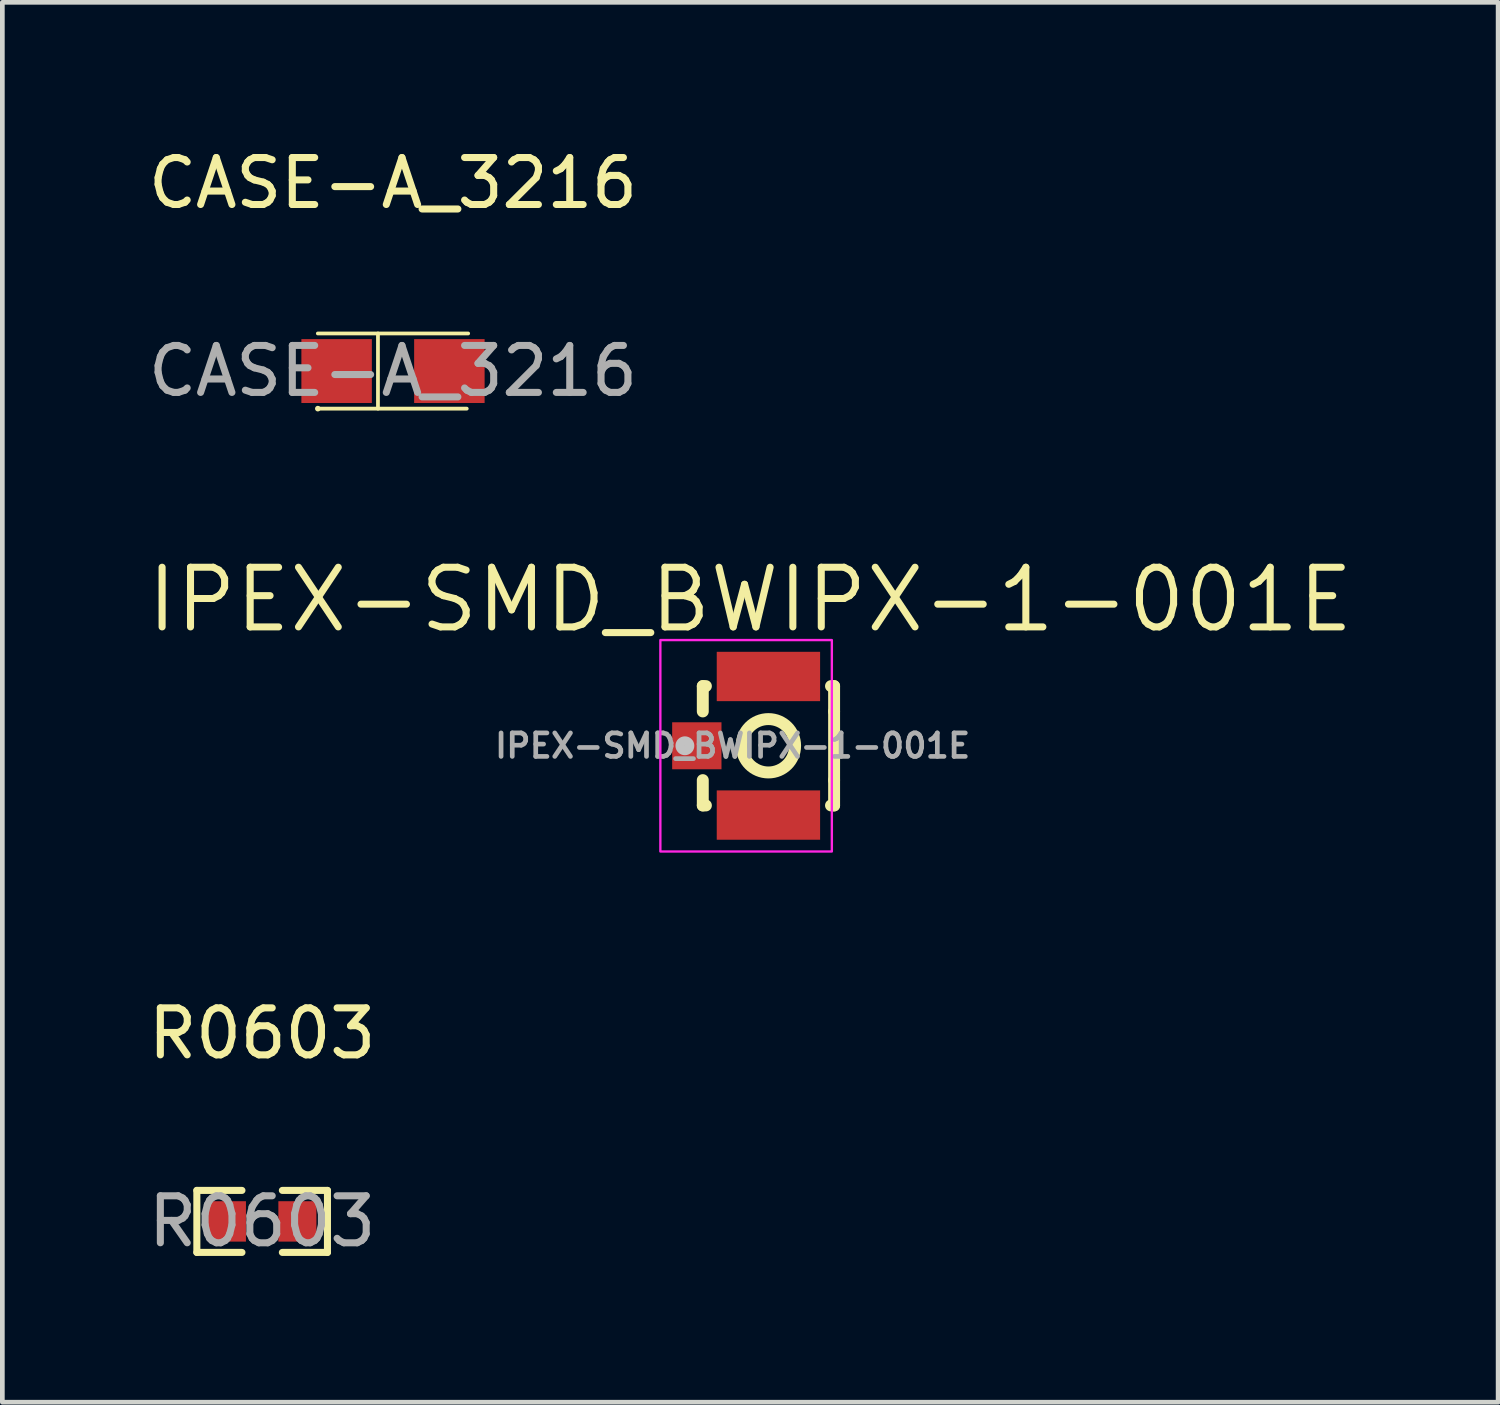
<source format=kicad_pcb>
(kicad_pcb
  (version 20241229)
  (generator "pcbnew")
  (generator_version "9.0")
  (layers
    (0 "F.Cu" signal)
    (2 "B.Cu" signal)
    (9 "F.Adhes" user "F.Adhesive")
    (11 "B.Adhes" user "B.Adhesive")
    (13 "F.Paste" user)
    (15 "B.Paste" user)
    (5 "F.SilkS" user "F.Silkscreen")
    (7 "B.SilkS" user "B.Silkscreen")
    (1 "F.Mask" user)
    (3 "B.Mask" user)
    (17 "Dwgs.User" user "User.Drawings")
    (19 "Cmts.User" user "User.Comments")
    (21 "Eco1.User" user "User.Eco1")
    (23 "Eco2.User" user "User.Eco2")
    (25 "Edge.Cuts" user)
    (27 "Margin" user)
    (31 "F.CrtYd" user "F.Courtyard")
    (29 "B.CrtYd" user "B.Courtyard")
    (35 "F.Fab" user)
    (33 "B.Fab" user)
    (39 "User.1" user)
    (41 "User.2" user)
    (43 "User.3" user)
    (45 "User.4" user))
  (footprint "CASE-A_3216"
    (layer "F.Cu")
    (at 5.315 4.848)
    (property "Reference" "CASE-A_3216" (at 0 -4 0) (layer "F.SilkS") (effects (font (size 1 1) (thickness 0.15))))
    (attr smd)
    (fp_line (start -1.6 -0.8) (end 1.6 -0.8) (stroke (width 0.08) (type solid)) (layer "F.SilkS"))
    (fp_line (start -1.58 0.8) (end 1.57 0.8) (stroke (width 0.08) (type solid)) (layer "F.SilkS"))
    (fp_line (start -0.32 0.8) (end -0.32 -0.8) (stroke (width 0.08) (type solid)) (layer "F.SilkS"))
    (fp_circle (center -1.6 0.8) (end -1.57 0.8) (stroke (width 0.06) (type solid)) (fill no) (layer "F.SilkS"))
    (fp_text user "${REFERENCE}" (at 0 0 0) (layer "F.Fab") (effects (font (size 1 1) (thickness 0.15))))
    (pad "1" smd rect (at -1.2 0) (size 1.5 1.36) (layers "F.Cu" "F.Mask" "F.Paste"))
    (pad "2" smd rect (at 1.2 0) (size 1.5 1.36) (layers "F.Cu" "F.Mask" "F.Paste")))
  (footprint "IPEX-SMD_BWIPX-1-001E"
    (layer "F.Cu")
    (at 12.544 12.824)
    (property "Reference" "IPEX-SMD_BWIPX-1-001E" (at 0.375 -3.11 0) (layer "F.SilkS") (effects (font (size 1.27 1.27) (thickness 0.15))))
    (fp_line (start -0.635 -1.27) (end -0.635 -0.731) (stroke (width 0.254) (type default)) (layer "F.SilkS"))
    (fp_line (start -0.635 0.731) (end -0.635 1.27) (stroke (width 0.254) (type default)) (layer "F.SilkS"))
    (fp_line (start -0.635 1.27) (end -0.569 1.27) (stroke (width 0.254) (type default)) (layer "F.SilkS"))
    (fp_line (start -0.569 -1.27) (end -0.635 -1.27) (stroke (width 0.254) (type default)) (layer "F.SilkS"))
    (fp_line (start 2.094 1.27) (end 2.16 1.27) (stroke (width 0.254) (type default)) (layer "F.SilkS"))
    (fp_line (start 2.16 -1.27) (end 2.094 -1.27) (stroke (width 0.254) (type default)) (layer "F.SilkS"))
    (fp_line (start 2.16 -0.731) (end 2.16 -1.27) (stroke (width 0.254) (type default)) (layer "F.SilkS"))
    (fp_line (start 2.16 -0.731) (end 2.16 0.731) (stroke (width 0.254) (type default)) (layer "F.SilkS"))
    (fp_line (start 2.16 1.27) (end 2.16 0.731) (stroke (width 0.254) (type default)) (layer "F.SilkS"))
    (fp_circle (center 0.762 0) (end 1.33 0) (stroke (width 0.254) (type default)) (fill no) (layer "F.SilkS"))
    (fp_circle (center -1.016 0) (end -0.915 0) (stroke (width 0.2) (type default)) (fill no) (layer "Dwgs.User"))
    (fp_rect (start -1.538 -2.25) (end 2.112 2.25) (stroke (width 0.05) (type default)) (fill no) (layer "F.CrtYd"))
    (fp_circle (center -0.787 1.5) (end -0.757 1.5) (stroke (width 0.06) (type default)) (fill no) (layer "User.5"))
    (fp_text user "${REFERENCE}" (at 0 0 0) (layer "F.Fab") (effects (font (size 0.5 0.5) (thickness 0.1))))
    (pad "1" smd rect (at -0.762 0 180) (size 1.05 1) (layers "F.Cu" "F.Mask" "F.Paste"))
    (pad "2" smd rect (at 0.762 1.475 180) (size 2.2 1.05) (layers "F.Cu" "F.Mask" "F.Paste"))
    (pad "3" smd rect (at 0.762 -1.475 180) (size 2.2 1.05) (layers "F.Cu" "F.Mask" "F.Paste"))
    (zone (net_name "") (layer "Dwgs.User") (hatch edge 0.5) (priority 100) (connect_pads yes) (min_thickness 0) (filled_areas_thickness no) (fill yes) (polygon (pts (arc (start 13.837254 12.82445) (mid 13.688464 13.18366) (end 13.329254 13.33245)) (arc (start 13.329254 13.33245) (mid 13.104936 13.27523) (end 12.929254 13.12445)) (xy 12.094 13.124) (xy 12.094 12.524) (arc (start 12.929254 12.52445) (mid 13.10491 12.37362) (end 13.329254 12.31645)) (arc (start 13.329254 12.31645) (mid 13.688464 12.46524) (end 13.837254 12.82445)))) (filled_polygon (layer "Dwgs.User") (island) (pts (arc (start 13.837254 12.82445) (mid 13.688464 13.18366) (end 13.329254 13.33245)) (arc (start 13.329254 13.33245) (mid 13.104936 13.27523) (end 12.929254 13.12445)) (xy 12.094 13.124) (xy 12.094 12.524) (arc (start 12.929254 12.52445) (mid 13.10491 12.37362) (end 13.329254 12.31645)) (arc (start 13.329254 12.31645) (mid 13.688464 12.46524) (end 13.837254 12.82445)))))
    (zone (net_name "") (layer "User.3") (hatch edge 0.5) (priority 100) (connect_pads yes) (min_thickness 0) (filled_areas_thickness no) (fill yes) (polygon (pts (xy 12.006 11.524) (xy 14.606 11.524) (xy 14.606 14.124) (xy 12.006 14.124))) (filled_polygon (layer "User.3") (island) (pts (xy 12.006 11.524) (xy 14.606 11.524) (xy 14.606 14.124) (xy 12.006 14.124))))
    (zone (net_name "") (layer "User.4") (hatch edge 0.5) (priority 100) (connect_pads yes) (min_thickness 0) (filled_areas_thickness no) (fill yes) (polygon (pts (xy 12.106 12.524) (xy 12.106 13.124) (xy 11.756 13.124) (xy 11.756 12.524))) (filled_polygon (layer "User.4") (island) (pts (xy 12.106 12.524) (xy 12.106 13.124) (xy 11.756 13.124) (xy 11.756 12.524))))
    (zone (net_name "") (layer "User.4") (hatch edge 0.5) (priority 100) (connect_pads yes) (min_thickness 0) (filled_areas_thickness no) (fill yes) (polygon (pts (xy 14.206 11.724) (xy 12.406 11.724) (xy 12.406 11.324) (xy 14.206 11.324))) (filled_polygon (layer "User.4") (island) (pts (xy 14.206 11.724) (xy 12.406 11.724) (xy 12.406 11.324) (xy 14.206 11.324))))
    (zone (net_name "") (layer "User.4") (hatch edge 0.5) (priority 100) (connect_pads yes) (min_thickness 0) (filled_areas_thickness no) (fill yes) (polygon (pts (xy 14.206 14.324) (xy 12.406 14.324) (xy 12.406 13.924) (xy 14.206 13.924))) (filled_polygon (layer "User.4") (island) (pts (xy 14.206 14.324) (xy 12.406 14.324) (xy 12.406 13.924) (xy 14.206 13.924))))
    (zone (net_name "") (layer "User.4") (hatch edge 0.5) (priority 100) (connect_pads) (min_thickness 0) (filled_areas_thickness no) (keepout (tracks allowed) (vias allowed) (pads allowed) (copperpour not_allowed) (footprints allowed)) (placement (enabled no)) (fill) (polygon (pts (xy 14.544 12.524) (xy 14.856 12.524) (xy 14.856 13.124) (xy 14.544 13.124))))
    (zone (net_name "") (layer "User.4") (hatch edge 0.5) (priority 100) (connect_pads) (min_thickness 0) (filled_areas_thickness no) (keepout (tracks allowed) (vias allowed) (pads allowed) (copperpour not_allowed) (footprints allowed)) (placement (enabled no)) (fill) (polygon (pts (arc (start 13.837254 12.82445) (mid 13.688464 13.18366) (end 13.329254 13.33245)) (arc (start 13.329254 13.33245) (mid 13.104936 13.27523) (end 12.929254 13.12445)) (xy 12.094 13.124) (xy 12.094 12.524) (arc (start 12.929254 12.52445) (mid 13.10491 12.37362) (end 13.329254 12.31645)) (arc (start 13.329254 12.31645) (mid 13.688464 12.46524) (end 13.837254 12.82445))))))
  (footprint "R0603"
    (layer "F.Cu")
    (at 2.53 22.948)
    (property "Reference" "R0603" (at 0 -4 0) (layer "F.SilkS") (effects (font (size 1 1) (thickness 0.15))))
    (attr smd)
    (fp_line (start -1.39 -0.66) (end -0.43 -0.66) (stroke (width 0.15) (type solid)) (layer "F.SilkS"))
    (fp_line (start -1.39 0.66) (end -1.39 -0.66) (stroke (width 0.15) (type solid)) (layer "F.SilkS"))
    (fp_line (start -0.43 0.66) (end -1.39 0.66) (stroke (width 0.15) (type solid)) (layer "F.SilkS"))
    (fp_line (start 0.43 0.66) (end 1.39 0.66) (stroke (width 0.15) (type solid)) (layer "F.SilkS"))
    (fp_line (start 1.39 -0.66) (end 0.43 -0.66) (stroke (width 0.15) (type solid)) (layer "F.SilkS"))
    (fp_line (start 1.39 0.66) (end 1.39 -0.66) (stroke (width 0.15) (type solid)) (layer "F.SilkS"))
    (fp_circle (center -0.8 0.4) (end -0.77 0.4) (stroke (width 0.06) (type solid)) (fill no) (layer "F.SilkS"))
    (fp_text user "${REFERENCE}" (at 0 0 0) (layer "F.Fab") (effects (font (size 1 1) (thickness 0.15))))
    (pad "1" smd rect (at -0.75 0) (size 0.81 0.86) (layers "F.Cu" "F.Mask" "F.Paste"))
    (pad "2" smd rect (at 0.75 0) (size 0.81 0.86) (layers "F.Cu" "F.Mask" "F.Paste")))
  (gr_rect
    (start -3 -3)
    (end 28.838 26.796)
    (stroke (width 0.1) (type default))
    (fill no)
    (layer "Edge.Cuts")))
</source>
